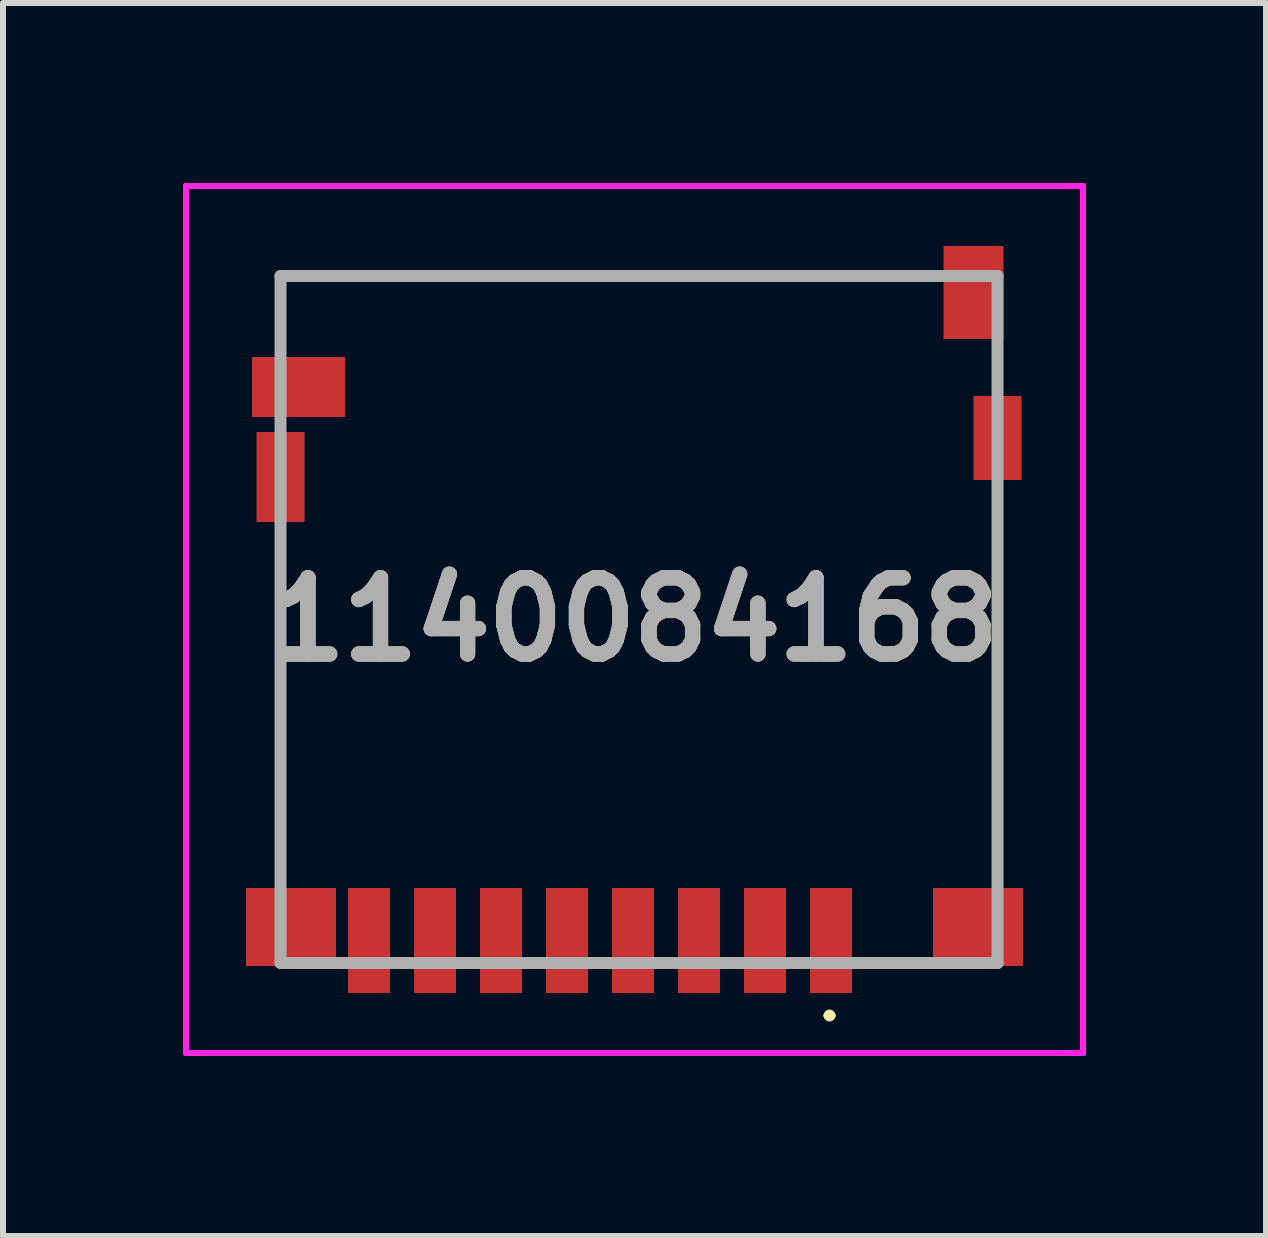
<source format=kicad_pcb>
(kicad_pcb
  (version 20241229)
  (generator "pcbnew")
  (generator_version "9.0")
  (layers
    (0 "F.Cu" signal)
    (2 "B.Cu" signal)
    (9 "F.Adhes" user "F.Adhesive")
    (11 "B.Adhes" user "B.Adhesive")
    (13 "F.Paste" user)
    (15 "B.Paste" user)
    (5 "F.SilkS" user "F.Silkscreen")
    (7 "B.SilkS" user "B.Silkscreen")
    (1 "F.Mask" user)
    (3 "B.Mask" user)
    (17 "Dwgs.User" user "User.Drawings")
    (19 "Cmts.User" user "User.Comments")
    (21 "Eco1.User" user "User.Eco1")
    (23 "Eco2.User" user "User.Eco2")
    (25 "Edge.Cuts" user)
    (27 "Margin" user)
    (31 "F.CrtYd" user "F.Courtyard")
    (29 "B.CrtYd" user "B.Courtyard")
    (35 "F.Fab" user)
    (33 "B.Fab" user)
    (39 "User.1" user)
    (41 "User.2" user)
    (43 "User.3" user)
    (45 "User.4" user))
  (footprint "1140084168"
    (layer "F.Cu")
    (at 7.525 7.275)
    (property "Reference" "1140084168" (at 0 0 0) (layer "F.SilkS") (effects (font (size 1.27 1.27) (thickness 0.254))))
    (attr smd)
    (fp_line (start -5.9 -5.725) (end 4.175 -5.725) (stroke (width 0.1) (type solid)) (layer "F.SilkS"))
    (fp_line (start -5.9 -5.025) (end -5.9 -5.725) (stroke (width 0.1) (type solid)) (layer "F.SilkS"))
    (fp_line (start -5.9 -1.025) (end -5.9 3.975) (stroke (width 0.1) (type solid)) (layer "F.SilkS"))
    (fp_line (start 3.2 6.6) (end 3.2 6.6) (stroke (width 0.1) (type solid)) (layer "F.SilkS"))
    (fp_line (start 3.3 6.6) (end 3.3 6.6) (stroke (width 0.1) (type solid)) (layer "F.SilkS"))
    (fp_line (start 6.05 -2.025) (end 6.05 3.975) (stroke (width 0.1) (type solid)) (layer "F.SilkS"))
    (fp_arc (start 3.2 6.6) (mid 3.25 6.55) (end 3.3 6.6) (stroke (width 0.1) (type solid)) (layer "F.SilkS"))
    (fp_arc (start 3.3 6.6) (mid 3.25 6.65) (end 3.2 6.6) (stroke (width 0.1) (type solid)) (layer "F.SilkS"))
    (fp_line (start -7.475 -7.225) (end 7.475 -7.225) (stroke (width 0.1) (type solid)) (layer "F.CrtYd"))
    (fp_line (start -7.475 -7.225) (end 7.475 -7.225) (stroke (width 0.1) (type solid)) (layer "F.CrtYd"))
    (fp_line (start -7.475 7.225) (end -7.475 -7.225) (stroke (width 0.1) (type solid)) (layer "F.CrtYd"))
    (fp_line (start -7.475 7.225) (end -7.475 -7.225) (stroke (width 0.1) (type solid)) (layer "F.CrtYd"))
    (fp_line (start 7.475 -7.225) (end 7.475 7.225) (stroke (width 0.1) (type solid)) (layer "F.CrtYd"))
    (fp_line (start 7.475 -7.225) (end 7.475 7.225) (stroke (width 0.1) (type solid)) (layer "F.CrtYd"))
    (fp_line (start 7.475 7.225) (end -7.475 7.225) (stroke (width 0.1) (type solid)) (layer "F.CrtYd"))
    (fp_line (start 7.475 7.225) (end -7.475 7.225) (stroke (width 0.1) (type solid)) (layer "F.CrtYd"))
    (fp_line (start -5.9 -5.725) (end 6.05 -5.725) (stroke (width 0.2) (type solid)) (layer "F.Fab"))
    (fp_line (start -5.9 5.725) (end -5.9 -5.725) (stroke (width 0.2) (type solid)) (layer "F.Fab"))
    (fp_line (start 6.05 -5.725) (end 6.05 5.725) (stroke (width 0.2) (type solid)) (layer "F.Fab"))
    (fp_line (start 6.05 5.725) (end -5.9 5.725) (stroke (width 0.2) (type solid)) (layer "F.Fab"))
    (fp_text user "${REFERENCE}" (at 0 0 0) (layer "F.Fab") (effects (font (size 1.27 1.27) (thickness 0.254))))
    (pad "1" smd rect (at 3.275 5.35) (size 0.7 1.75) (layers "F.Cu" "F.Mask" "F.Paste"))
    (pad "2" smd rect (at 2.175 5.35) (size 0.7 1.75) (layers "F.Cu" "F.Mask" "F.Paste"))
    (pad "3" smd rect (at 1.075 5.35) (size 0.7 1.75) (layers "F.Cu" "F.Mask" "F.Paste"))
    (pad "4" smd rect (at -0.025 5.35) (size 0.7 1.75) (layers "F.Cu" "F.Mask" "F.Paste"))
    (pad "5" smd rect (at -1.125 5.35) (size 0.7 1.75) (layers "F.Cu" "F.Mask" "F.Paste"))
    (pad "6" smd rect (at -2.225 5.35) (size 0.7 1.75) (layers "F.Cu" "F.Mask" "F.Paste"))
    (pad "7" smd rect (at -3.325 5.35) (size 0.7 1.75) (layers "F.Cu" "F.Mask" "F.Paste"))
    (pad "8" smd rect (at -4.425 5.35) (size 0.7 1.75) (layers "F.Cu" "F.Mask" "F.Paste"))
    (pad "9" smd rect (at -5.725 5.125 90) (size 1.3 1.5) (layers "F.Cu" "F.Mask" "F.Paste"))
    (pad "10" smd rect (at 5.725 5.125 90) (size 1.3 1.5) (layers "F.Cu" "F.Mask" "F.Paste"))
    (pad "11" smd rect (at -5.9 -2.375) (size 0.8 1.5) (layers "F.Cu" "F.Mask" "F.Paste"))
    (pad "12" smd rect (at 6.05 -3.025) (size 0.8 1.4) (layers "F.Cu" "F.Mask" "F.Paste"))
    (pad "CD1" smd rect (at -5.6 -3.875 90) (size 1 1.55) (layers "F.Cu" "F.Mask" "F.Paste"))
    (pad "CD2" smd rect (at 5.65 -5.45) (size 1 1.55) (layers "F.Cu" "F.Mask" "F.Paste")))
  (gr_rect
    (start -3 -3)
    (end 18.05 17.55)
    (stroke (width 0.1) (type default))
    (fill no)
    (layer "Edge.Cuts")))
</source>
